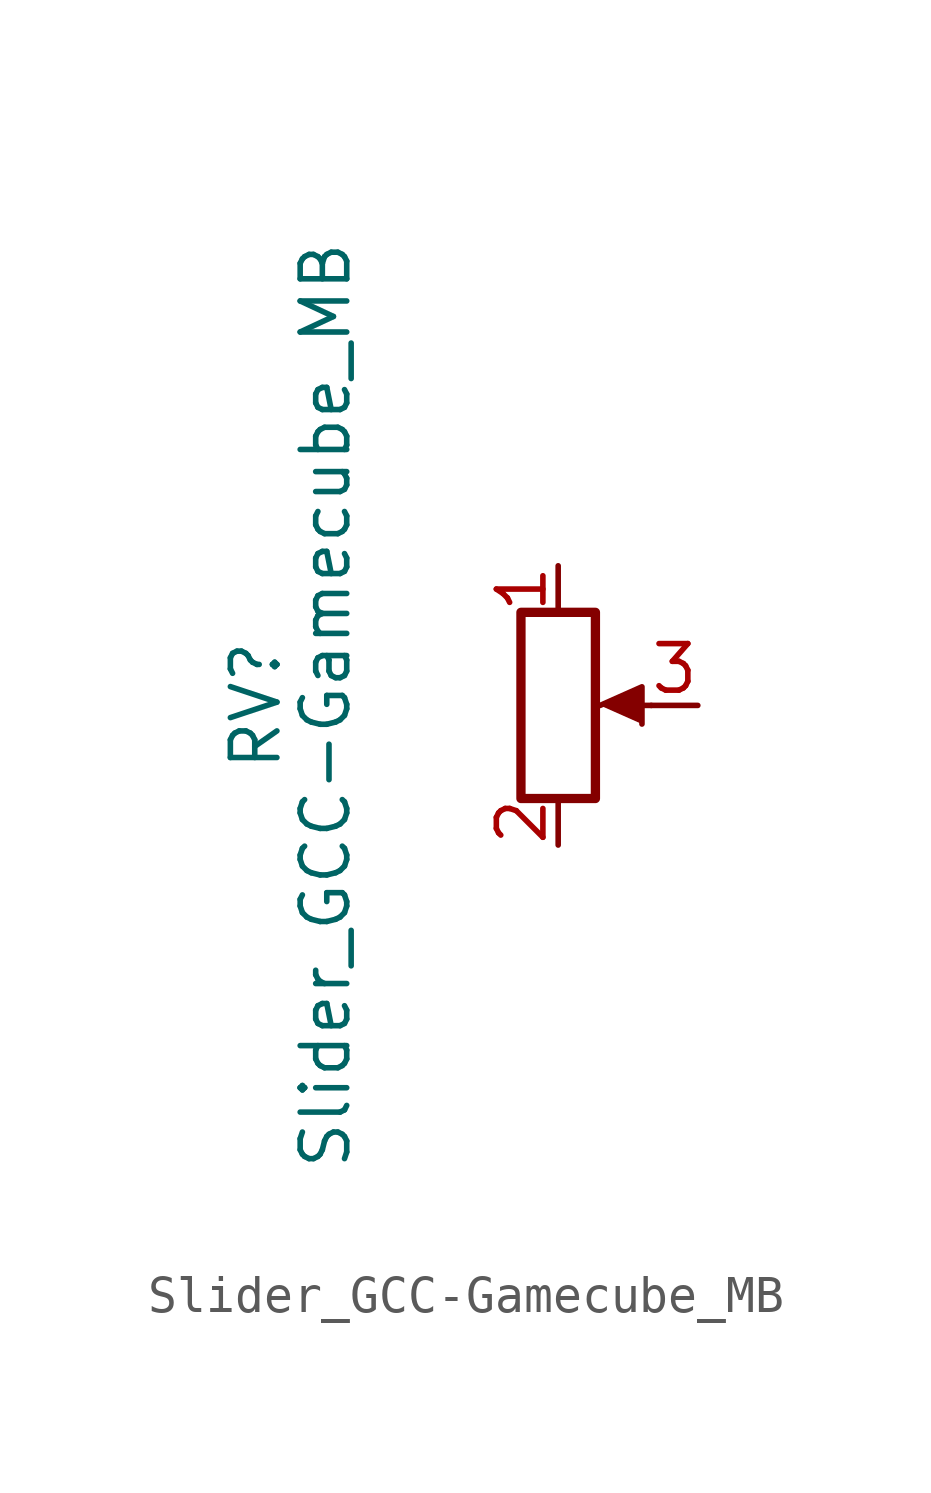
<source format=kicad_sym>
(kicad_symbol_lib
  (version 20220914)
  (generator kicad_symbol_editor)
  (symbol "Slider_GCC-Gamecube_MB"
    (pin_names
      (offset 1.016) hide)
    (property "Reference" "RV"
      (at -8.255 0 90)
      (effects (font (size 1.27 1.27))))
    (property "Value" "Slider_GCC-Gamecube_MB"
      (at -6.35 0 90)
      (effects (font (size 1.27 1.27))))
    (symbol "Slider_GCC-Gamecube_MB_0_1"
      (polyline (pts (xy 2.54 0) (xy 1.524 0)) (stroke (width 0) (type default)) (fill (type none)))
      (polyline (pts (xy 1.143 0) (xy 2.286 0.508) (xy 2.286 -0.508)) (stroke (width 0) (type default)) (fill (type outline)))
      (rectangle (start 1.016 2.54) (end -1.016 -2.54) (stroke (width 0.254) (type default)) (fill (type none))))
    (symbol "Slider_GCC-Gamecube_MB_1_1"
      (pin passive line (at 0 3.81 270) (length 1.27) (name "V+" (effects (font (size 1.27 1.27)))) (number "1" (effects (font (size 1.27 1.27)))))
      (pin passive line (at 0 -3.81 90) (length 1.27) (name "GND" (effects (font (size 1.27 1.27)))) (number "2" (effects (font (size 1.27 1.27)))))
      (pin passive line (at 3.81 0 180) (length 1.27) (name "Signal" (effects (font (size 1.27 1.27)))) (number "3" (effects (font (size 1.27 1.27))))))))
</source>
